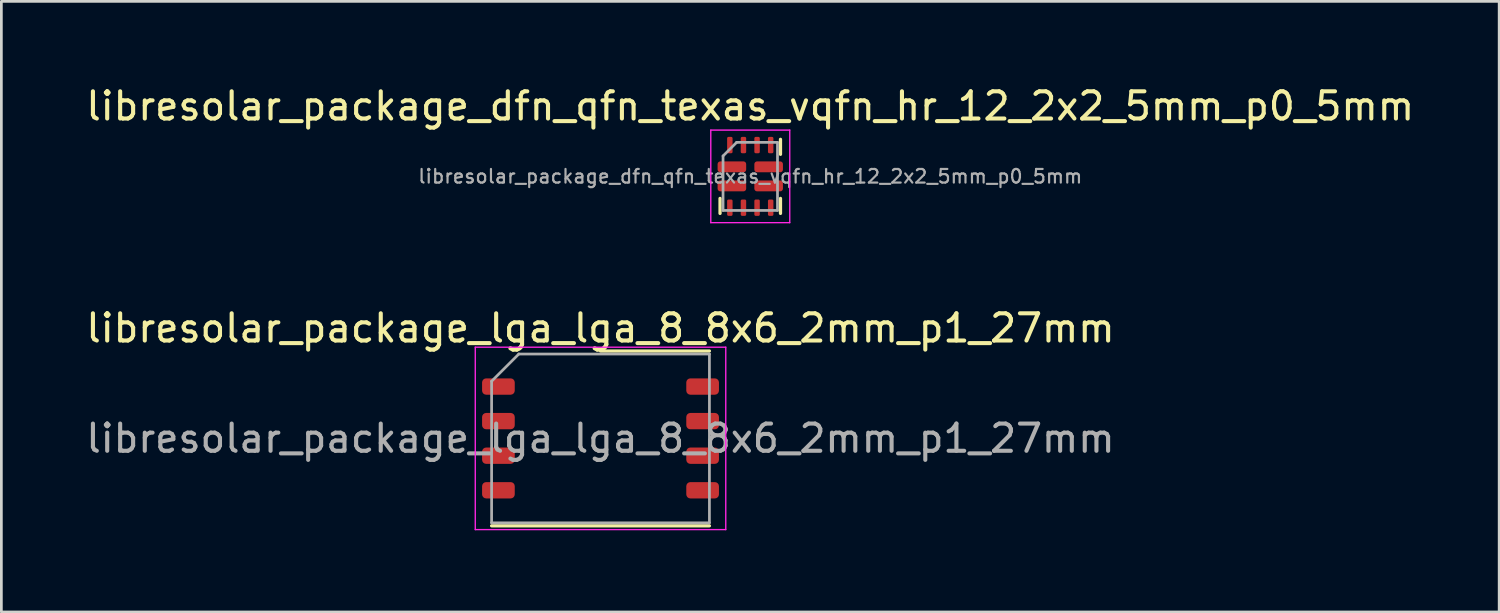
<source format=kicad_pcb>
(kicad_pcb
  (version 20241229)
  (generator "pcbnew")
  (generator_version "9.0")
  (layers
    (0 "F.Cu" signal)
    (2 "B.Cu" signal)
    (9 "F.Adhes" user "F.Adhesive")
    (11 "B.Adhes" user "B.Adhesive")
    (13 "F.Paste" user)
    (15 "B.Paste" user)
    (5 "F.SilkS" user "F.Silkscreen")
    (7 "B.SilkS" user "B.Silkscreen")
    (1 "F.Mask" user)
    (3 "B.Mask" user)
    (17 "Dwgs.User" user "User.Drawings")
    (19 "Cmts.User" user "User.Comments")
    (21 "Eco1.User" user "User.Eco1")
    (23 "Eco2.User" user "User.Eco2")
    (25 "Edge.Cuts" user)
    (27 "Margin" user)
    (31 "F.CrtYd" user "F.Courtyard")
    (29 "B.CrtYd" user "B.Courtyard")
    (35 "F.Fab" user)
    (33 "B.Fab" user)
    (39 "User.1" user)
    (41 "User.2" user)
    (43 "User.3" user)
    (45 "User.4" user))
  (footprint "libresolar_package_dfn_qfn_texas_vqfn_hr_12_2x2_5mm_p0_5mm"
    (layer "F.Cu")
    (at 24.506 3.428)
    (property "Reference" "libresolar_package_dfn_qfn_texas_vqfn_hr_12_2x2_5mm_p0_5mm" (at 0 -2.58 0) (layer "F.SilkS") (effects (font (size 1 1) (thickness 0.15))))
    (attr smd)
    (fp_line (start -1.11 1.36) (end -1.11 0.81) (stroke (width 0.12) (type solid)) (layer "F.SilkS"))
    (fp_line (start 1.11 -1.36) (end 1.11 -0.81) (stroke (width 0.12) (type solid)) (layer "F.SilkS"))
    (fp_line (start 1.11 1.36) (end 1.11 0.81) (stroke (width 0.12) (type solid)) (layer "F.SilkS"))
    (fp_line (start -1.45 -1.7) (end -1.45 1.7) (stroke (width 0.05) (type solid)) (layer "F.CrtYd"))
    (fp_line (start -1.45 1.7) (end 1.45 1.7) (stroke (width 0.05) (type solid)) (layer "F.CrtYd"))
    (fp_line (start 1.45 -1.7) (end -1.45 -1.7) (stroke (width 0.05) (type solid)) (layer "F.CrtYd"))
    (fp_line (start 1.45 1.7) (end 1.45 -1.7) (stroke (width 0.05) (type solid)) (layer "F.CrtYd"))
    (fp_line (start -1 -0.75) (end -0.5 -1.25) (stroke (width 0.1) (type solid)) (layer "F.Fab"))
    (fp_line (start -1 1.25) (end -1 -0.75) (stroke (width 0.1) (type solid)) (layer "F.Fab"))
    (fp_line (start -0.5 -1.25) (end 1 -1.25) (stroke (width 0.1) (type solid)) (layer "F.Fab"))
    (fp_line (start 1 -1.25) (end 1 1.25) (stroke (width 0.1) (type solid)) (layer "F.Fab"))
    (fp_line (start 1 1.25) (end -1 1.25) (stroke (width 0.1) (type solid)) (layer "F.Fab"))
    (fp_text user "${REFERENCE}" (at 0 0 0) (layer "F.Fab") (effects (font (size 0.5 0.5) (thickness 0.08))))
    (pad "1" smd roundrect (at -0.675 -0.35) (size 1.05 0.4) (layers "F.Cu" "F.Mask" "F.Paste") (roundrect_rratio 0.25))
    (pad "2" smd roundrect (at -0.675 0.35) (size 1.05 0.4) (layers "F.Cu" "F.Mask" "F.Paste") (roundrect_rratio 0.25))
    (pad "3" smd roundrect (at -0.75 1.15) (size 0.2 0.6) (layers "F.Cu" "F.Mask" "F.Paste") (roundrect_rratio 0.25))
    (pad "4" smd roundrect (at -0.25 1.15) (size 0.2 0.6) (layers "F.Cu" "F.Mask" "F.Paste") (roundrect_rratio 0.25))
    (pad "5" smd roundrect (at 0.25 1.15) (size 0.2 0.6) (layers "F.Cu" "F.Mask" "F.Paste") (roundrect_rratio 0.25))
    (pad "6" smd roundrect (at 0.75 1.15) (size 0.2 0.6) (layers "F.Cu" "F.Mask" "F.Paste") (roundrect_rratio 0.25))
    (pad "7" smd roundrect (at 0.675 0.35) (size 1.05 0.4) (layers "F.Cu" "F.Mask" "F.Paste") (roundrect_rratio 0.25))
    (pad "8" smd roundrect (at 0.675 -0.35) (size 1.05 0.4) (layers "F.Cu" "F.Mask" "F.Paste") (roundrect_rratio 0.25))
    (pad "9" smd roundrect (at 0.75 -1.15) (size 0.2 0.6) (layers "F.Cu" "F.Mask" "F.Paste") (roundrect_rratio 0.25))
    (pad "10" smd roundrect (at 0.25 -1.15) (size 0.2 0.6) (layers "F.Cu" "F.Mask" "F.Paste") (roundrect_rratio 0.25))
    (pad "11" smd roundrect (at -0.25 -1.15) (size 0.2 0.6) (layers "F.Cu" "F.Mask" "F.Paste") (roundrect_rratio 0.25))
    (pad "12" smd roundrect (at -0.75 -1.15) (size 0.2 0.6) (layers "F.Cu" "F.Mask" "F.Paste") (roundrect_rratio 0.25)))
  (footprint "libresolar_package_lga_lga_8_8x6_2mm_p1_27mm"
    (layer "F.Cu")
    (at 19.006 13.052)
    (property "Reference" "libresolar_package_lga_lga_8_8x6_2mm_p1_27mm" (at 0 -4.05 0) (layer "F.SilkS") (effects (font (size 1 1) (thickness 0.15))))
    (attr smd)
    (fp_line (start -4 3.21) (end 4 3.21) (stroke (width 0.12) (type solid)) (layer "F.SilkS"))
    (fp_line (start 0 -3.21) (end 4 -3.21) (stroke (width 0.12) (type solid)) (layer "F.SilkS"))
    (fp_line (start -4.6 -3.35) (end -4.6 3.35) (stroke (width 0.05) (type solid)) (layer "F.CrtYd"))
    (fp_line (start -4.6 3.35) (end 4.6 3.35) (stroke (width 0.05) (type solid)) (layer "F.CrtYd"))
    (fp_line (start 4.6 -3.35) (end -4.6 -3.35) (stroke (width 0.05) (type solid)) (layer "F.CrtYd"))
    (fp_line (start 4.6 3.35) (end 4.6 -3.35) (stroke (width 0.05) (type solid)) (layer "F.CrtYd"))
    (fp_line (start -4 -2.1) (end -3 -3.1) (stroke (width 0.1) (type solid)) (layer "F.Fab"))
    (fp_line (start -4 3.1) (end -4 -2.1) (stroke (width 0.1) (type solid)) (layer "F.Fab"))
    (fp_line (start -3 -3.1) (end 4 -3.1) (stroke (width 0.1) (type solid)) (layer "F.Fab"))
    (fp_line (start 4 -3.1) (end 4 3.1) (stroke (width 0.1) (type solid)) (layer "F.Fab"))
    (fp_line (start 4 3.1) (end -4 3.1) (stroke (width 0.1) (type solid)) (layer "F.Fab"))
    (fp_text user "${REFERENCE}" (at 0 0 0) (layer "F.Fab") (effects (font (size 1 1) (thickness 0.15))))
    (pad "1" smd roundrect (at -3.75 -1.905) (size 1.2 0.6) (layers "F.Cu" "F.Mask" "F.Paste") (roundrect_rratio 0.25))
    (pad "2" smd roundrect (at -3.75 -0.635) (size 1.2 0.6) (layers "F.Cu" "F.Mask" "F.Paste") (roundrect_rratio 0.25))
    (pad "3" smd roundrect (at -3.75 0.635) (size 1.2 0.6) (layers "F.Cu" "F.Mask" "F.Paste") (roundrect_rratio 0.25))
    (pad "4" smd roundrect (at -3.75 1.905) (size 1.2 0.6) (layers "F.Cu" "F.Mask" "F.Paste") (roundrect_rratio 0.25))
    (pad "5" smd roundrect (at 3.75 1.905) (size 1.2 0.6) (layers "F.Cu" "F.Mask" "F.Paste") (roundrect_rratio 0.25))
    (pad "6" smd roundrect (at 3.75 0.635) (size 1.2 0.6) (layers "F.Cu" "F.Mask" "F.Paste") (roundrect_rratio 0.25))
    (pad "7" smd roundrect (at 3.75 -0.635) (size 1.2 0.6) (layers "F.Cu" "F.Mask" "F.Paste") (roundrect_rratio 0.25))
    (pad "8" smd roundrect (at 3.75 -1.905) (size 1.2 0.6) (layers "F.Cu" "F.Mask" "F.Paste") (roundrect_rratio 0.25)))
  (gr_rect
    (start -3 -3)
    (end 52.012 19.427)
    (stroke (width 0.1) (type default))
    (fill no)
    (layer "Edge.Cuts")))
</source>
